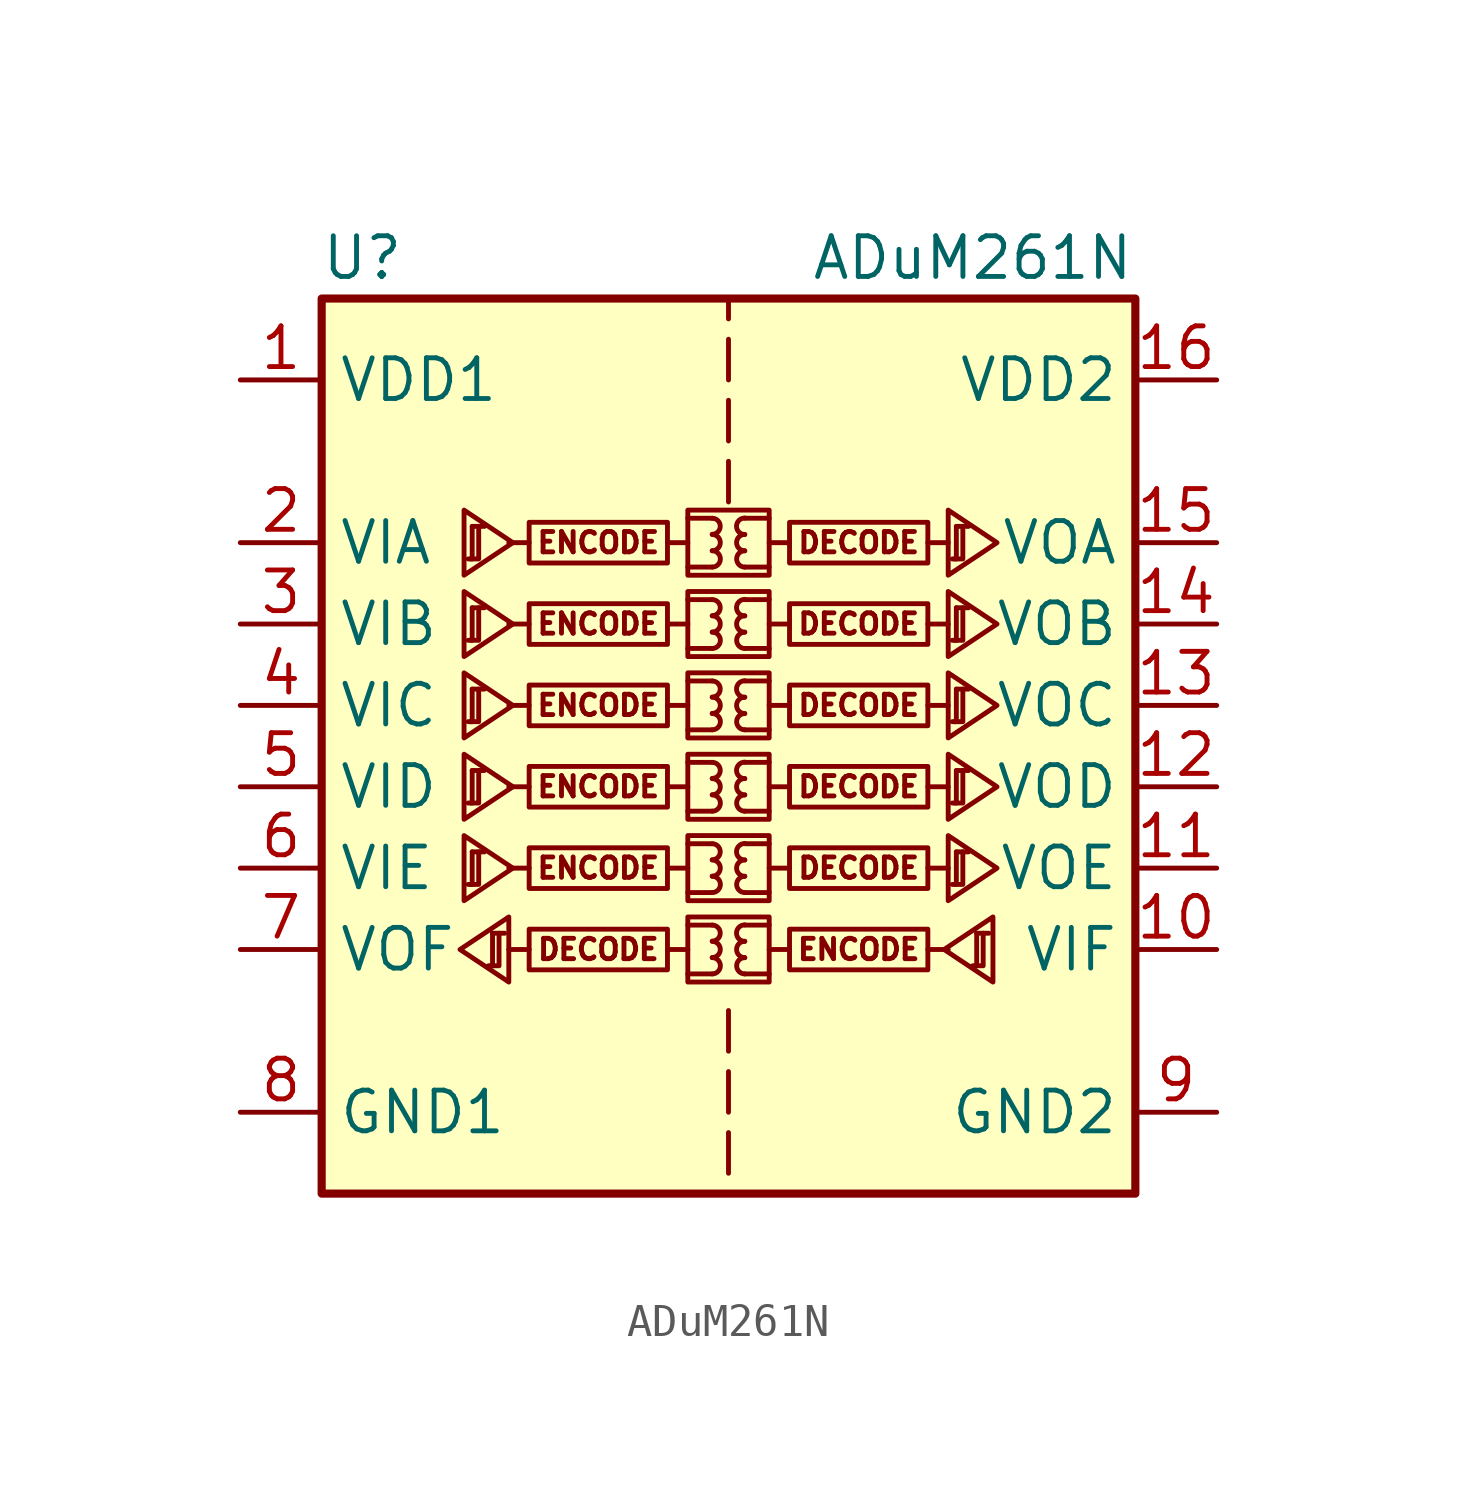
<source format=kicad_sym>
(kicad_symbol_lib
  (version 20220914)
  (generator kicad_symbol_editor)
  (symbol "ADuM261N"
    (property "Reference" "U"
      (at -11.43 16.51 0)
      (effects (font (size 1.27 1.27))))
    (property "Value" "ADuM261N"
      (at 7.62 16.51 0)
      (effects (font (size 1.27 1.27))))
    (symbol "ADuM261N_1_0"
      (rectangle (start -1.27 -4.064) (end 1.27 -6.096) (stroke (width 0) (type default)) (fill (type none)))
      (rectangle (start -1.27 -1.524) (end 1.27 -3.556) (stroke (width 0) (type default)) (fill (type none)))
      (rectangle (start -1.27 1.016) (end 1.27 -1.016) (stroke (width 0) (type default)) (fill (type none)))
      (rectangle (start -1.27 3.556) (end 1.27 1.524) (stroke (width 0) (type default)) (fill (type none)))
      (rectangle (start -1.27 6.096) (end 1.27 4.064) (stroke (width 0) (type default)) (fill (type none)))
      (rectangle (start -1.27 8.636) (end 1.27 6.604) (stroke (width 0) (type default)) (fill (type none)))
      (arc (start -0.508 -5.842) (mid -0.2551 -5.588) (end -0.508 -5.334) (stroke (width 0) (type default)) (fill (type none)))
      (arc (start -0.508 -5.334) (mid -0.2551 -5.08) (end -0.508 -4.826) (stroke (width 0) (type default)) (fill (type none)))
      (arc (start -0.508 -4.826) (mid -0.2551 -4.572) (end -0.508 -4.318) (stroke (width 0) (type default)) (fill (type none)))
      (arc (start -0.508 -3.302) (mid -0.2551 -3.048) (end -0.508 -2.794) (stroke (width 0) (type default)) (fill (type none)))
      (arc (start -0.508 -2.794) (mid -0.2551 -2.54) (end -0.508 -2.286) (stroke (width 0) (type default)) (fill (type none)))
      (arc (start -0.508 -2.286) (mid -0.2551 -2.032) (end -0.508 -1.778) (stroke (width 0) (type default)) (fill (type none)))
      (arc (start -0.508 -0.762) (mid -0.2551 -0.508) (end -0.508 -0.254) (stroke (width 0) (type default)) (fill (type none)))
      (arc (start -0.508 -0.254) (mid -0.2551 0) (end -0.508 0.254) (stroke (width 0) (type default)) (fill (type none)))
      (arc (start -0.508 0.254) (mid -0.2551 0.508) (end -0.508 0.762) (stroke (width 0) (type default)) (fill (type none)))
      (arc (start -0.508 1.778) (mid -0.2551 2.032) (end -0.508 2.286) (stroke (width 0) (type default)) (fill (type none)))
      (arc (start -0.508 2.286) (mid -0.2551 2.54) (end -0.508 2.794) (stroke (width 0) (type default)) (fill (type none)))
      (arc (start -0.508 2.794) (mid -0.2551 3.048) (end -0.508 3.302) (stroke (width 0) (type default)) (fill (type none)))
      (arc (start -0.508 4.318) (mid -0.2551 4.572) (end -0.508 4.826) (stroke (width 0) (type default)) (fill (type none)))
      (arc (start -0.508 4.826) (mid -0.2551 5.08) (end -0.508 5.334) (stroke (width 0) (type default)) (fill (type none)))
      (arc (start -0.508 5.334) (mid -0.2551 5.588) (end -0.508 5.842) (stroke (width 0) (type default)) (fill (type none)))
      (arc (start -0.508 6.858) (mid -0.2551 7.112) (end -0.508 7.366) (stroke (width 0) (type default)) (fill (type none)))
      (arc (start -0.508 7.366) (mid -0.2551 7.62) (end -0.508 7.874) (stroke (width 0) (type default)) (fill (type none)))
      (arc (start -0.508 7.874) (mid -0.2551 8.128) (end -0.508 8.382) (stroke (width 0) (type default)) (fill (type none)))
      (polyline (pts (xy -6.223 -5.08) (xy -6.858 -5.08)) (stroke (width 0) (type default)) (fill (type none)))
      (polyline (pts (xy -6.223 -2.54) (xy -6.858 -2.54)) (stroke (width 0) (type default)) (fill (type none)))
      (polyline (pts (xy -6.223 0) (xy -6.858 0)) (stroke (width 0) (type default)) (fill (type none)))
      (polyline (pts (xy -6.223 2.54) (xy -6.858 2.54)) (stroke (width 0) (type default)) (fill (type none)))
      (polyline (pts (xy -6.223 5.08) (xy -6.858 5.08)) (stroke (width 0) (type default)) (fill (type none)))
      (polyline (pts (xy -6.223 7.62) (xy -6.858 7.62)) (stroke (width 0) (type default)) (fill (type none)))
      (polyline (pts (xy -1.905 -5.08) (xy -1.27 -5.08)) (stroke (width 0) (type default)) (fill (type none)))
      (polyline (pts (xy -1.905 -2.54) (xy -1.27 -2.54)) (stroke (width 0) (type default)) (fill (type none)))
      (polyline (pts (xy -1.905 0) (xy -1.27 0)) (stroke (width 0) (type default)) (fill (type none)))
      (polyline (pts (xy -1.905 2.54) (xy -1.27 2.54)) (stroke (width 0) (type default)) (fill (type none)))
      (polyline (pts (xy -1.905 5.08) (xy -1.27 5.08)) (stroke (width 0) (type default)) (fill (type none)))
      (polyline (pts (xy -1.905 7.62) (xy -1.27 7.62)) (stroke (width 0) (type default)) (fill (type none)))
      (polyline (pts (xy -1.27 -5.842) (xy -0.508 -5.842)) (stroke (width 0) (type default)) (fill (type none)))
      (polyline (pts (xy -1.27 -4.318) (xy -0.508 -4.318)) (stroke (width 0) (type default)) (fill (type none)))
      (polyline (pts (xy -1.27 -3.302) (xy -0.508 -3.302)) (stroke (width 0) (type default)) (fill (type none)))
      (polyline (pts (xy -1.27 -1.778) (xy -0.508 -1.778)) (stroke (width 0) (type default)) (fill (type none)))
      (polyline (pts (xy -1.27 -0.762) (xy -0.508 -0.762)) (stroke (width 0) (type default)) (fill (type none)))
      (polyline (pts (xy -1.27 0.762) (xy -0.508 0.762)) (stroke (width 0) (type default)) (fill (type none)))
      (polyline (pts (xy -1.27 1.778) (xy -0.508 1.778)) (stroke (width 0) (type default)) (fill (type none)))
      (polyline (pts (xy -1.27 3.302) (xy -0.508 3.302)) (stroke (width 0) (type default)) (fill (type none)))
      (polyline (pts (xy -1.27 4.318) (xy -0.508 4.318)) (stroke (width 0) (type default)) (fill (type none)))
      (polyline (pts (xy -1.27 5.842) (xy -0.508 5.842)) (stroke (width 0) (type default)) (fill (type none)))
      (polyline (pts (xy -1.27 6.858) (xy -0.508 6.858)) (stroke (width 0) (type default)) (fill (type none)))
      (polyline (pts (xy -1.27 8.382) (xy -0.508 8.382)) (stroke (width 0) (type default)) (fill (type none)))
      (polyline (pts (xy 0 -10.795) (xy 0 -12.065)) (stroke (width 0) (type default)) (fill (type none)))
      (polyline (pts (xy 0 -8.89) (xy 0 -10.16)) (stroke (width 0) (type default)) (fill (type none)))
      (polyline (pts (xy 0 -6.985) (xy 0 -8.255)) (stroke (width 0) (type default)) (fill (type none)))
      (polyline (pts (xy 0 8.89) (xy 0 10.16)) (stroke (width 0) (type default)) (fill (type none)))
      (polyline (pts (xy 0 12.065) (xy 0 10.795)) (stroke (width 0) (type default)) (fill (type none)))
      (polyline (pts (xy 0 13.97) (xy 0 12.7)) (stroke (width 0) (type default)) (fill (type none)))
      (polyline (pts (xy 0 14.605) (xy 0 15.24)) (stroke (width 0) (type default)) (fill (type none)))
      (polyline (pts (xy 1.27 -5.842) (xy 0.508 -5.842)) (stroke (width 0) (type default)) (fill (type none)))
      (polyline (pts (xy 1.27 -4.318) (xy 0.508 -4.318)) (stroke (width 0) (type default)) (fill (type none)))
      (polyline (pts (xy 1.27 -3.302) (xy 0.508 -3.302)) (stroke (width 0) (type default)) (fill (type none)))
      (polyline (pts (xy 1.27 -1.778) (xy 0.508 -1.778)) (stroke (width 0) (type default)) (fill (type none)))
      (polyline (pts (xy 1.27 -0.762) (xy 0.508 -0.762)) (stroke (width 0) (type default)) (fill (type none)))
      (polyline (pts (xy 1.27 0.762) (xy 0.508 0.762)) (stroke (width 0) (type default)) (fill (type none)))
      (polyline (pts (xy 1.27 1.778) (xy 0.508 1.778)) (stroke (width 0) (type default)) (fill (type none)))
      (polyline (pts (xy 1.27 3.302) (xy 0.508 3.302)) (stroke (width 0) (type default)) (fill (type none)))
      (polyline (pts (xy 1.27 4.318) (xy 0.508 4.318)) (stroke (width 0) (type default)) (fill (type none)))
      (polyline (pts (xy 1.27 5.842) (xy 0.508 5.842)) (stroke (width 0) (type default)) (fill (type none)))
      (polyline (pts (xy 1.27 6.858) (xy 0.508 6.858)) (stroke (width 0) (type default)) (fill (type none)))
      (polyline (pts (xy 1.27 8.382) (xy 0.508 8.382)) (stroke (width 0) (type default)) (fill (type none)))
      (polyline (pts (xy 1.905 -5.08) (xy 1.27 -5.08)) (stroke (width 0) (type default)) (fill (type none)))
      (polyline (pts (xy 1.905 -2.54) (xy 1.27 -2.54)) (stroke (width 0) (type default)) (fill (type none)))
      (polyline (pts (xy 1.905 0) (xy 1.27 0)) (stroke (width 0) (type default)) (fill (type none)))
      (polyline (pts (xy 1.905 2.54) (xy 1.27 2.54)) (stroke (width 0) (type default)) (fill (type none)))
      (polyline (pts (xy 1.905 5.08) (xy 1.27 5.08)) (stroke (width 0) (type default)) (fill (type none)))
      (polyline (pts (xy 1.905 7.62) (xy 1.27 7.62)) (stroke (width 0) (type default)) (fill (type none)))
      (polyline (pts (xy 6.223 -5.08) (xy 6.858 -5.08)) (stroke (width 0) (type default)) (fill (type none)))
      (polyline (pts (xy 6.223 -2.54) (xy 6.858 -2.54)) (stroke (width 0) (type default)) (fill (type none)))
      (polyline (pts (xy 6.223 0) (xy 6.858 0)) (stroke (width 0) (type default)) (fill (type none)))
      (polyline (pts (xy 6.223 2.54) (xy 6.858 2.54)) (stroke (width 0) (type default)) (fill (type none)))
      (polyline (pts (xy 6.223 5.08) (xy 6.858 5.08)) (stroke (width 0) (type default)) (fill (type none)))
      (polyline (pts (xy 6.223 7.62) (xy 6.858 7.62)) (stroke (width 0) (type default)) (fill (type none)))
      (arc (start 0.508 -5.334) (mid 0.2551 -5.588) (end 0.508 -5.842) (stroke (width 0) (type default)) (fill (type none)))
      (arc (start 0.508 -4.826) (mid 0.2551 -5.08) (end 0.508 -5.334) (stroke (width 0) (type default)) (fill (type none)))
      (arc (start 0.508 -4.318) (mid 0.2551 -4.572) (end 0.508 -4.826) (stroke (width 0) (type default)) (fill (type none)))
      (arc (start 0.508 -2.794) (mid 0.2551 -3.048) (end 0.508 -3.302) (stroke (width 0) (type default)) (fill (type none)))
      (arc (start 0.508 -2.286) (mid 0.2551 -2.54) (end 0.508 -2.794) (stroke (width 0) (type default)) (fill (type none)))
      (arc (start 0.508 -1.778) (mid 0.2551 -2.032) (end 0.508 -2.286) (stroke (width 0) (type default)) (fill (type none)))
      (arc (start 0.508 -0.254) (mid 0.2551 -0.508) (end 0.508 -0.762) (stroke (width 0) (type default)) (fill (type none)))
      (arc (start 0.508 0.254) (mid 0.2551 0) (end 0.508 -0.254) (stroke (width 0) (type default)) (fill (type none)))
      (arc (start 0.508 0.762) (mid 0.2551 0.508) (end 0.508 0.254) (stroke (width 0) (type default)) (fill (type none)))
      (arc (start 0.508 2.286) (mid 0.2551 2.032) (end 0.508 1.778) (stroke (width 0) (type default)) (fill (type none)))
      (arc (start 0.508 2.794) (mid 0.2551 2.54) (end 0.508 2.286) (stroke (width 0) (type default)) (fill (type none)))
      (arc (start 0.508 3.302) (mid 0.2551 3.048) (end 0.508 2.794) (stroke (width 0) (type default)) (fill (type none)))
      (arc (start 0.508 4.826) (mid 0.2551 4.572) (end 0.508 4.318) (stroke (width 0) (type default)) (fill (type none)))
      (arc (start 0.508 5.334) (mid 0.2551 5.08) (end 0.508 4.826) (stroke (width 0) (type default)) (fill (type none)))
      (arc (start 0.508 5.842) (mid 0.2551 5.588) (end 0.508 5.334) (stroke (width 0) (type default)) (fill (type none)))
      (arc (start 0.508 7.366) (mid 0.2551 7.112) (end 0.508 6.858) (stroke (width 0) (type default)) (fill (type none)))
      (arc (start 0.508 7.874) (mid 0.2551 7.62) (end 0.508 7.366) (stroke (width 0) (type default)) (fill (type none)))
      (arc (start 0.508 8.382) (mid 0.2551 8.128) (end 0.508 7.874) (stroke (width 0) (type default)) (fill (type none)))
      (rectangle (start 1.905 -4.445) (end 6.223 -5.715) (stroke (width 0) (type default)) (fill (type none)))
      (rectangle (start 1.905 -1.905) (end 6.223 -3.175) (stroke (width 0) (type default)) (fill (type none)))
      (rectangle (start 1.905 0.635) (end 6.223 -0.635) (stroke (width 0) (type default)) (fill (type none)))
      (rectangle (start 1.905 3.175) (end 6.223 1.905) (stroke (width 0) (type default)) (fill (type none)))
      (rectangle (start 1.905 5.715) (end 6.223 4.445) (stroke (width 0) (type default)) (fill (type none)))
      (rectangle (start 1.905 8.255) (end 6.223 6.985) (stroke (width 0) (type default)) (fill (type none)))
      (text "DECODE" (at -4.064 -5.08 0) (effects (font (size 0.635 0.635))))
      (text "DECODE" (at 4.064 -2.54 0) (effects (font (size 0.635 0.635))))
      (text "DECODE" (at 4.064 0 0) (effects (font (size 0.635 0.635))))
      (text "DECODE" (at 4.064 2.54 0) (effects (font (size 0.635 0.635))))
      (text "DECODE" (at 4.064 5.08 0) (effects (font (size 0.635 0.635))))
      (text "DECODE" (at 4.064 7.62 0) (effects (font (size 0.635 0.635))))
      (text "ENCODE" (at -4.064 -2.54 0) (effects (font (size 0.635 0.635))))
      (text "ENCODE" (at -4.064 0 0) (effects (font (size 0.635 0.635))))
      (text "ENCODE" (at -4.064 2.54 0) (effects (font (size 0.635 0.635))))
      (text "ENCODE" (at -4.064 5.08 0) (effects (font (size 0.635 0.635))))
      (text "ENCODE" (at -4.064 7.62 0) (effects (font (size 0.635 0.635))))
      (text "ENCODE" (at 4.064 -5.08 0) (effects (font (size 0.635 0.635)))))
    (symbol "ADuM261N_1_1"
      (rectangle (start -12.7 15.24) (end 12.7 -12.7) (stroke (width 0.254) (type default)) (fill (type background)))
      (rectangle (start -1.905 -4.445) (end -6.223 -5.715) (stroke (width 0) (type default)) (fill (type none)))
      (rectangle (start -1.905 -1.905) (end -6.223 -3.175) (stroke (width 0) (type default)) (fill (type none)))
      (rectangle (start -1.905 0.635) (end -6.223 -0.635) (stroke (width 0) (type default)) (fill (type none)))
      (rectangle (start -1.905 3.175) (end -6.223 1.905) (stroke (width 0) (type default)) (fill (type none)))
      (rectangle (start -1.905 5.715) (end -6.223 4.445) (stroke (width 0) (type default)) (fill (type none)))
      (rectangle (start -1.905 8.255) (end -6.223 6.985) (stroke (width 0) (type default)) (fill (type none)))
      (polyline (pts (xy -8.001 -2.032) (xy -7.62 -2.032)) (stroke (width 0) (type default)) (fill (type none)))
      (polyline (pts (xy -8.001 0.508) (xy -7.62 0.508)) (stroke (width 0) (type default)) (fill (type none)))
      (polyline (pts (xy -8.001 3.048) (xy -7.62 3.048)) (stroke (width 0) (type default)) (fill (type none)))
      (polyline (pts (xy -8.001 5.588) (xy -7.62 5.588)) (stroke (width 0) (type default)) (fill (type none)))
      (polyline (pts (xy -8.001 8.128) (xy -7.62 8.128)) (stroke (width 0) (type default)) (fill (type none)))
      (polyline (pts (xy -7.366 -4.572) (xy -6.985 -4.572)) (stroke (width 0) (type default)) (fill (type none)))
      (polyline (pts (xy 7.112 -2.032) (xy 7.493 -2.032)) (stroke (width 0) (type default)) (fill (type none)))
      (polyline (pts (xy 7.112 0.508) (xy 7.493 0.508)) (stroke (width 0) (type default)) (fill (type none)))
      (polyline (pts (xy 7.112 3.048) (xy 7.493 3.048)) (stroke (width 0) (type default)) (fill (type none)))
      (polyline (pts (xy 7.112 5.588) (xy 7.493 5.588)) (stroke (width 0) (type default)) (fill (type none)))
      (polyline (pts (xy 7.112 8.128) (xy 7.493 8.128)) (stroke (width 0) (type default)) (fill (type none)))
      (polyline (pts (xy 7.747 -4.572) (xy 8.128 -4.572)) (stroke (width 0) (type default)) (fill (type none)))
      (polyline (pts (xy -8.052 -3.048) (xy -7.798 -3.048) (xy -7.798 -2.032)) (stroke (width 0) (type default)) (fill (type none)))
      (polyline (pts (xy -8.052 -0.508) (xy -7.798 -0.508) (xy -7.798 0.508)) (stroke (width 0) (type default)) (fill (type none)))
      (polyline (pts (xy -8.052 2.032) (xy -7.798 2.032) (xy -7.798 3.048)) (stroke (width 0) (type default)) (fill (type none)))
      (polyline (pts (xy -8.052 4.572) (xy -7.798 4.572) (xy -7.798 5.588)) (stroke (width 0) (type default)) (fill (type none)))
      (polyline (pts (xy -8.052 7.112) (xy -7.798 7.112) (xy -7.798 8.128)) (stroke (width 0) (type default)) (fill (type none)))
      (polyline (pts (xy -8.001 -2.032) (xy -8.001 -3.048) (xy -8.128 -3.048)) (stroke (width 0) (type default)) (fill (type none)))
      (polyline (pts (xy -8.001 0.508) (xy -8.001 -0.508) (xy -8.128 -0.508)) (stroke (width 0) (type default)) (fill (type none)))
      (polyline (pts (xy -8.001 3.048) (xy -8.001 2.032) (xy -8.128 2.032)) (stroke (width 0) (type default)) (fill (type none)))
      (polyline (pts (xy -8.001 5.588) (xy -8.001 4.572) (xy -8.128 4.572)) (stroke (width 0) (type default)) (fill (type none)))
      (polyline (pts (xy -8.001 8.128) (xy -8.001 7.112) (xy -8.128 7.112)) (stroke (width 0) (type default)) (fill (type none)))
      (polyline (pts (xy -7.417 -5.588) (xy -7.163 -5.588) (xy -7.163 -4.572)) (stroke (width 0) (type default)) (fill (type none)))
      (polyline (pts (xy -7.366 -4.572) (xy -7.366 -5.588) (xy -7.493 -5.588)) (stroke (width 0) (type default)) (fill (type none)))
      (polyline (pts (xy 7.061 -3.048) (xy 7.315 -3.048) (xy 7.315 -2.032)) (stroke (width 0) (type default)) (fill (type none)))
      (polyline (pts (xy 7.061 -0.508) (xy 7.315 -0.508) (xy 7.315 0.508)) (stroke (width 0) (type default)) (fill (type none)))
      (polyline (pts (xy 7.061 2.032) (xy 7.315 2.032) (xy 7.315 3.048)) (stroke (width 0) (type default)) (fill (type none)))
      (polyline (pts (xy 7.061 4.572) (xy 7.315 4.572) (xy 7.315 5.588)) (stroke (width 0) (type default)) (fill (type none)))
      (polyline (pts (xy 7.061 7.112) (xy 7.315 7.112) (xy 7.315 8.128)) (stroke (width 0) (type default)) (fill (type none)))
      (polyline (pts (xy 7.112 -2.032) (xy 7.112 -3.048) (xy 6.985 -3.048)) (stroke (width 0) (type default)) (fill (type none)))
      (polyline (pts (xy 7.112 0.508) (xy 7.112 -0.508) (xy 6.985 -0.508)) (stroke (width 0) (type default)) (fill (type none)))
      (polyline (pts (xy 7.112 3.048) (xy 7.112 2.032) (xy 6.985 2.032)) (stroke (width 0) (type default)) (fill (type none)))
      (polyline (pts (xy 7.112 5.588) (xy 7.112 4.572) (xy 6.985 4.572)) (stroke (width 0) (type default)) (fill (type none)))
      (polyline (pts (xy 7.112 8.128) (xy 7.112 7.112) (xy 6.985 7.112)) (stroke (width 0) (type default)) (fill (type none)))
      (polyline (pts (xy 7.696 -5.588) (xy 7.95 -5.588) (xy 7.95 -4.572)) (stroke (width 0) (type default)) (fill (type none)))
      (polyline (pts (xy 7.747 -4.572) (xy 7.747 -5.588) (xy 7.62 -5.588)) (stroke (width 0) (type default)) (fill (type none)))
      (polyline (pts (xy -8.382 -5.08) (xy -6.858 -4.064) (xy -6.858 -6.096) (xy -8.382 -5.08)) (stroke (width 0) (type default)) (fill (type none)))
      (polyline (pts (xy -6.731 -2.54) (xy -8.255 -1.524) (xy -8.255 -3.556) (xy -6.731 -2.54)) (stroke (width 0) (type default)) (fill (type none)))
      (polyline (pts (xy -6.731 0) (xy -8.255 1.016) (xy -8.255 -1.016) (xy -6.731 0)) (stroke (width 0) (type default)) (fill (type none)))
      (polyline (pts (xy -6.731 2.54) (xy -8.255 3.556) (xy -8.255 1.524) (xy -6.731 2.54)) (stroke (width 0) (type default)) (fill (type none)))
      (polyline (pts (xy -6.731 5.08) (xy -8.255 6.096) (xy -8.255 4.064) (xy -6.731 5.08)) (stroke (width 0) (type default)) (fill (type none)))
      (polyline (pts (xy -6.731 7.62) (xy -8.255 8.636) (xy -8.255 6.604) (xy -6.731 7.62)) (stroke (width 0) (type default)) (fill (type none)))
      (polyline (pts (xy 6.731 -5.08) (xy 8.255 -4.064) (xy 8.255 -6.096) (xy 6.731 -5.08)) (stroke (width 0) (type default)) (fill (type none)))
      (polyline (pts (xy 8.382 -2.54) (xy 6.858 -1.524) (xy 6.858 -3.556) (xy 8.382 -2.54)) (stroke (width 0) (type default)) (fill (type none)))
      (polyline (pts (xy 8.382 0) (xy 6.858 1.016) (xy 6.858 -1.016) (xy 8.382 0)) (stroke (width 0) (type default)) (fill (type none)))
      (polyline (pts (xy 8.382 2.54) (xy 6.858 3.556) (xy 6.858 1.524) (xy 8.382 2.54)) (stroke (width 0) (type default)) (fill (type none)))
      (polyline (pts (xy 8.382 5.08) (xy 6.858 6.096) (xy 6.858 4.064) (xy 8.382 5.08)) (stroke (width 0) (type default)) (fill (type none)))
      (polyline (pts (xy 8.382 7.62) (xy 6.858 8.636) (xy 6.858 6.604) (xy 8.382 7.62)) (stroke (width 0) (type default)) (fill (type none)))
      (pin power_in line (at -15.24 12.7 0) (length 2.54) (name "VDD1" (effects (font (size 1.27 1.27)))) (number "1" (effects (font (size 1.27 1.27)))))
      (pin input line (at 15.24 -5.08 180) (length 2.54) (name "VIF" (effects (font (size 1.27 1.27)))) (number "10" (effects (font (size 1.27 1.27)))))
      (pin output line (at 15.24 -2.54 180) (length 2.54) (name "VOE" (effects (font (size 1.27 1.27)))) (number "11" (effects (font (size 1.27 1.27)))))
      (pin output line (at 15.24 0 180) (length 2.54) (name "VOD" (effects (font (size 1.27 1.27)))) (number "12" (effects (font (size 1.27 1.27)))))
      (pin output line (at 15.24 2.54 180) (length 2.54) (name "VOC" (effects (font (size 1.27 1.27)))) (number "13" (effects (font (size 1.27 1.27)))))
      (pin output line (at 15.24 5.08 180) (length 2.54) (name "VOB" (effects (font (size 1.27 1.27)))) (number "14" (effects (font (size 1.27 1.27)))))
      (pin output line (at 15.24 7.62 180) (length 2.54) (name "VOA" (effects (font (size 1.27 1.27)))) (number "15" (effects (font (size 1.27 1.27)))))
      (pin power_in line (at 15.24 12.7 180) (length 2.54) (name "VDD2" (effects (font (size 1.27 1.27)))) (number "16" (effects (font (size 1.27 1.27)))))
      (pin input line (at -15.24 7.62 0) (length 2.54) (name "VIA" (effects (font (size 1.27 1.27)))) (number "2" (effects (font (size 1.27 1.27)))))
      (pin input line (at -15.24 5.08 0) (length 2.54) (name "VIB" (effects (font (size 1.27 1.27)))) (number "3" (effects (font (size 1.27 1.27)))))
      (pin input line (at -15.24 2.54 0) (length 2.54) (name "VIC" (effects (font (size 1.27 1.27)))) (number "4" (effects (font (size 1.27 1.27)))))
      (pin input line (at -15.24 0 0) (length 2.54) (name "VID" (effects (font (size 1.27 1.27)))) (number "5" (effects (font (size 1.27 1.27)))))
      (pin input line (at -15.24 -2.54 0) (length 2.54) (name "VIE" (effects (font (size 1.27 1.27)))) (number "6" (effects (font (size 1.27 1.27)))))
      (pin output line (at -15.24 -5.08 0) (length 2.54) (name "VOF" (effects (font (size 1.27 1.27)))) (number "7" (effects (font (size 1.27 1.27)))))
      (pin power_in line (at -15.24 -10.16 0) (length 2.54) (name "GND1" (effects (font (size 1.27 1.27)))) (number "8" (effects (font (size 1.27 1.27)))))
      (pin power_in line (at 15.24 -10.16 180) (length 2.54) (name "GND2" (effects (font (size 1.27 1.27)))) (number "9" (effects (font (size 1.27 1.27))))))))
</source>
